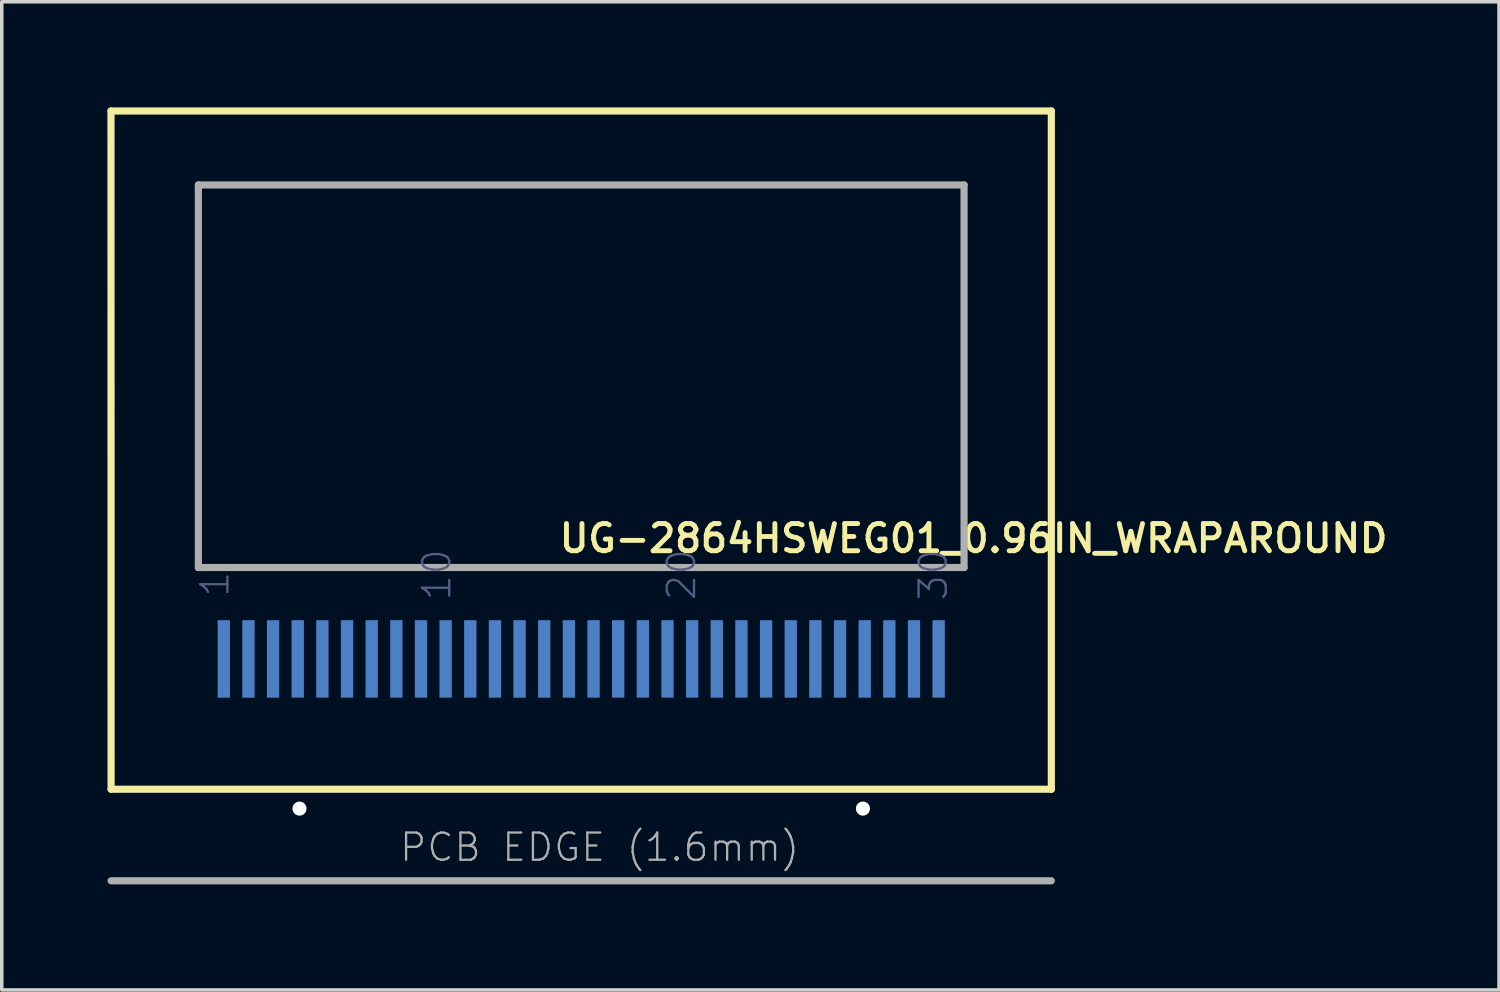
<source format=kicad_pcb>
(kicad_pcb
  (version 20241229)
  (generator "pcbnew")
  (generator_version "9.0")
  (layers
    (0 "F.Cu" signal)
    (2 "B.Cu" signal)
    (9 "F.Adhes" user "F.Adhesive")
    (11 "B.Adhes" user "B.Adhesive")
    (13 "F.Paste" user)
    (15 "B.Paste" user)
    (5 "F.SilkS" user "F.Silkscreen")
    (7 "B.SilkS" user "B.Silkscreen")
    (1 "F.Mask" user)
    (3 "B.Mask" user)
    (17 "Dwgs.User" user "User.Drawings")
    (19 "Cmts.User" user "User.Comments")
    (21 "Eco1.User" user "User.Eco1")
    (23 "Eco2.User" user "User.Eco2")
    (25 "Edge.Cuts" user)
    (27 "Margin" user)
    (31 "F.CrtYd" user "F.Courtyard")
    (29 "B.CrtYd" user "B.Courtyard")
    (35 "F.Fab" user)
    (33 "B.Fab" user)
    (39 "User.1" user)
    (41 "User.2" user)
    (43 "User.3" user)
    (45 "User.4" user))
  (footprint "UG-2864HSWEG01_0.96IN_WRAPAROUND"
    (layer "F.Cu")
    (at 13.455 14.462)
    (property "Reference" "UG-2864HSWEG01_0.96IN_WRAPAROUND" (at -0.695 -1.771 0) (layer "F.SilkS") (effects (font (size 0.772 0.772) (thickness 0.139)) (justify left bottom)))
    (attr through_hole)
    (fp_line (start -13.353 -14.36) (end 13.35 -14.36) (stroke (width 0.203) (type solid)) (layer "F.SilkS"))
    (fp_line (start -13.35 4.9) (end -13.353 -14.36) (stroke (width 0.203) (type solid)) (layer "F.SilkS"))
    (fp_line (start 13.35 -14.36) (end 13.35 4.9) (stroke (width 0.203) (type solid)) (layer "F.SilkS"))
    (fp_line (start 13.35 4.9) (end -13.35 4.9) (stroke (width 0.203) (type solid)) (layer "F.SilkS"))
    (fp_line (start -10.872 -12.26) (end 10.872 -12.26) (stroke (width 0.203) (type solid)) (layer "F.Fab"))
    (fp_line (start -10.872 -1.396) (end -10.872 -12.26) (stroke (width 0.203) (type solid)) (layer "F.Fab"))
    (fp_line (start 10.872 -12.26) (end 10.872 -1.396) (stroke (width 0.203) (type solid)) (layer "F.Fab"))
    (fp_line (start 10.872 -1.396) (end -10.872 -1.396) (stroke (width 0.203) (type solid)) (layer "F.Fab"))
    (fp_line (start 13.35 7.5) (end -13.35 7.5) (stroke (width 0.203) (type solid)) (layer "F.Fab"))
    (fp_text user "20" (at 3.3 -0.412 90) (layer "B.Fab") (effects (font (size 0.772 0.772) (thickness 0.065)) (justify left bottom)))
    (fp_text user "10" (at -3.65 -0.412 90) (layer "B.Fab") (effects (font (size 0.772 0.772) (thickness 0.065)) (justify left bottom)))
    (fp_text user "30" (at 10.45 -0.412 90) (layer "B.Fab") (effects (font (size 0.772 0.772) (thickness 0.065)) (justify left bottom)))
    (fp_text user "1" (at -9.95 -0.512 90) (layer "B.Fab") (effects (font (size 0.772 0.772) (thickness 0.065)) (justify left bottom)))
    (fp_text user "PCB EDGE (1.6mm)" (at -5.2 7 0) (layer "F.Fab") (effects (font (size 0.772 0.772) (thickness 0.065)) (justify left bottom)))
    (pad "" np_thru_hole circle (at -8 5.45) (size 0.4 0.4) (drill 0.4) (layers "*.Cu" "*.Mask"))
    (pad "" np_thru_hole circle (at 8 5.45) (size 0.4 0.4) (drill 0.4) (layers "*.Cu" "*.Mask"))
    (pad "1" smd rect (at -10.15 1.2 90) (size 2.2 0.35) (layers "B.Cu" "B.Mask" "B.Paste"))
    (pad "2" smd rect (at -9.45 1.2 90) (size 2.2 0.35) (layers "B.Cu" "B.Mask" "B.Paste"))
    (pad "3" smd rect (at -8.75 1.2 90) (size 2.2 0.35) (layers "B.Cu" "B.Mask" "B.Paste"))
    (pad "4" smd rect (at -8.05 1.2 90) (size 2.2 0.35) (layers "B.Cu" "B.Mask" "B.Paste"))
    (pad "5" smd rect (at -7.35 1.2 90) (size 2.2 0.35) (layers "B.Cu" "B.Mask" "B.Paste"))
    (pad "6" smd rect (at -6.65 1.2 90) (size 2.2 0.35) (layers "B.Cu" "B.Mask" "B.Paste"))
    (pad "7" smd rect (at -5.95 1.2 90) (size 2.2 0.35) (layers "B.Cu" "B.Mask" "B.Paste"))
    (pad "8" smd rect (at -5.25 1.2 90) (size 2.2 0.35) (layers "B.Cu" "B.Mask" "B.Paste"))
    (pad "9" smd rect (at -4.55 1.2 90) (size 2.2 0.35) (layers "B.Cu" "B.Mask" "B.Paste"))
    (pad "10" smd rect (at -3.85 1.2 90) (size 2.2 0.35) (layers "B.Cu" "B.Mask" "B.Paste"))
    (pad "11" smd rect (at -3.15 1.2 90) (size 2.2 0.35) (layers "B.Cu" "B.Mask" "B.Paste"))
    (pad "12" smd rect (at -2.45 1.2 90) (size 2.2 0.35) (layers "B.Cu" "B.Mask" "B.Paste"))
    (pad "13" smd rect (at -1.75 1.2 90) (size 2.2 0.35) (layers "B.Cu" "B.Mask" "B.Paste"))
    (pad "14" smd rect (at -1.05 1.2 90) (size 2.2 0.35) (layers "B.Cu" "B.Mask" "B.Paste"))
    (pad "15" smd rect (at -0.35 1.2 90) (size 2.2 0.35) (layers "B.Cu" "B.Mask" "B.Paste"))
    (pad "16" smd rect (at 0.35 1.2 90) (size 2.2 0.35) (layers "B.Cu" "B.Mask" "B.Paste"))
    (pad "17" smd rect (at 1.05 1.2 90) (size 2.2 0.35) (layers "B.Cu" "B.Mask" "B.Paste"))
    (pad "18" smd rect (at 1.75 1.2 90) (size 2.2 0.35) (layers "B.Cu" "B.Mask" "B.Paste"))
    (pad "19" smd rect (at 2.45 1.2 90) (size 2.2 0.35) (layers "B.Cu" "B.Mask" "B.Paste"))
    (pad "20" smd rect (at 3.15 1.2 90) (size 2.2 0.35) (layers "B.Cu" "B.Mask" "B.Paste"))
    (pad "21" smd rect (at 3.85 1.2 90) (size 2.2 0.35) (layers "B.Cu" "B.Mask" "B.Paste"))
    (pad "22" smd rect (at 4.55 1.2 90) (size 2.2 0.35) (layers "B.Cu" "B.Mask" "B.Paste"))
    (pad "23" smd rect (at 5.25 1.2 90) (size 2.2 0.35) (layers "B.Cu" "B.Mask" "B.Paste"))
    (pad "24" smd rect (at 5.95 1.2 90) (size 2.2 0.35) (layers "B.Cu" "B.Mask" "B.Paste"))
    (pad "25" smd rect (at 6.65 1.2 90) (size 2.2 0.35) (layers "B.Cu" "B.Mask" "B.Paste"))
    (pad "26" smd rect (at 7.35 1.2 90) (size 2.2 0.35) (layers "B.Cu" "B.Mask" "B.Paste"))
    (pad "27" smd rect (at 8.05 1.2 90) (size 2.2 0.35) (layers "B.Cu" "B.Mask" "B.Paste"))
    (pad "28" smd rect (at 8.75 1.2 90) (size 2.2 0.35) (layers "B.Cu" "B.Mask" "B.Paste"))
    (pad "29" smd rect (at 9.45 1.2 90) (size 2.2 0.35) (layers "B.Cu" "B.Mask" "B.Paste"))
    (pad "30" smd rect (at 10.15 1.2 90) (size 2.2 0.35) (layers "B.Cu" "B.Mask" "B.Paste")))
  (gr_rect
    (start -3 -3)
    (end 39.518 25.063)
    (stroke (width 0.1) (type default))
    (fill no)
    (layer "Edge.Cuts")))
</source>
